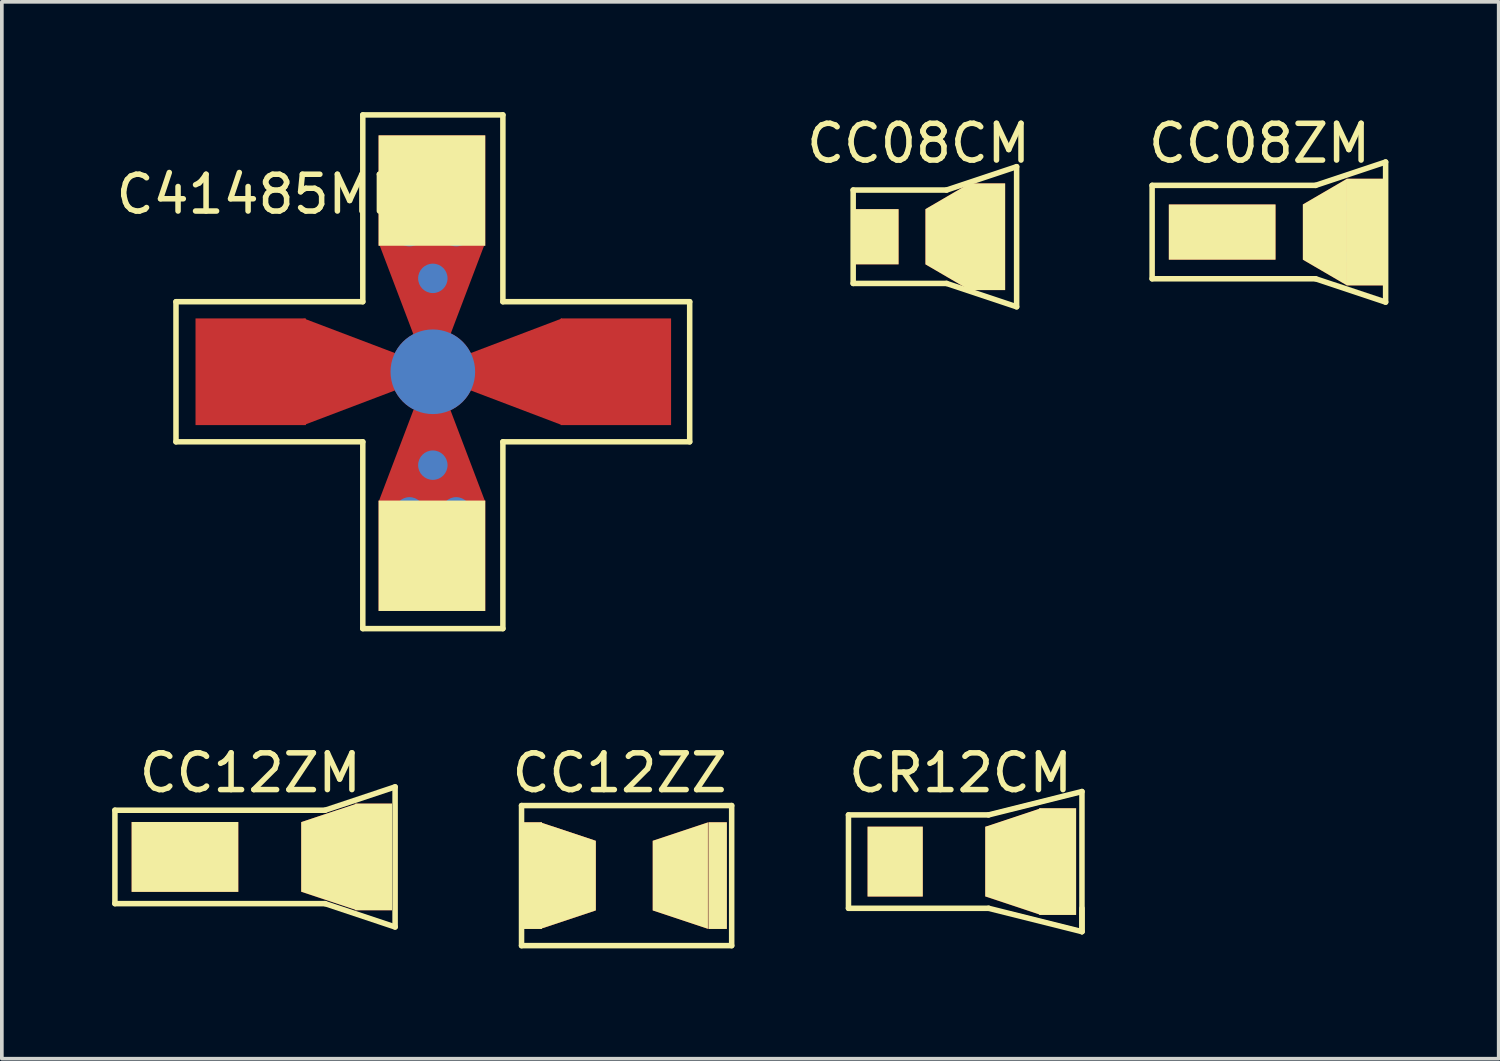
<source format=kicad_pcb>
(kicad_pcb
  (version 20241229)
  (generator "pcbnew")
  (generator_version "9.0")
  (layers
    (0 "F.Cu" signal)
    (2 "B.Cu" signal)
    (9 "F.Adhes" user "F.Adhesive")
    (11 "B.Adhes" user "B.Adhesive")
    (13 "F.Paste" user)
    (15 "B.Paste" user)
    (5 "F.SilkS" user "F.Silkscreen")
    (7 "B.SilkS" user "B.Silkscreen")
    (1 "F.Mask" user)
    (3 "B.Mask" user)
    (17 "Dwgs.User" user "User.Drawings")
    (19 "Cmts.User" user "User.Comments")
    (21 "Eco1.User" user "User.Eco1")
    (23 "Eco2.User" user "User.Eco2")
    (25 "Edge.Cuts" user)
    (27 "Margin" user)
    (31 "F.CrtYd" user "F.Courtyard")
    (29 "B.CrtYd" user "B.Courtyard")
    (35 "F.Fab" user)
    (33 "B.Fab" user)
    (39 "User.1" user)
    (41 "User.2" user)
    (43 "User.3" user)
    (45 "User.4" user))
  (footprint "CC12ZM"
    (layer "F.Cu")
    (at 4.52 20.254)
    (property "Reference" "CC12ZM" (at -0.762 -2.286 0) (layer "F.SilkS") (effects (font (size 1 1) (thickness 0.15))))
    (attr through_hole)
    (fp_line (start -4.445 -1.27) (end -4.445 1.27) (stroke (width 0.15) (type solid)) (layer "F.SilkS"))
    (fp_line (start -4.445 -1.27) (end 1.27 -1.27) (stroke (width 0.15) (type solid)) (layer "F.SilkS"))
    (fp_line (start -4.445 1.27) (end 1.27 1.27) (stroke (width 0.15) (type solid)) (layer "F.SilkS"))
    (fp_line (start 1.27 -1.27) (end 3.175 -1.905) (stroke (width 0.15) (type solid)) (layer "F.SilkS"))
    (fp_line (start 1.27 1.27) (end 3.175 1.905) (stroke (width 0.15) (type solid)) (layer "F.SilkS"))
    (fp_line (start 3.175 -1.905) (end 3.175 1.905) (stroke (width 0.15) (type solid)) (layer "F.SilkS"))
    (pad "1" smd rect (at -2.54 0) (size 2.901 1.9) (layers "F.Cu" "F.Mask" "F.SilkS" "F.Paste"))
    (pad "2" smd trapezoid (at 1.372 0) (size 1.501 2.393) (rect_delta -0.5 0) (layers "F.Cu" "F.Mask" "F.SilkS" "F.Paste"))
    (pad "2" smd rect (at 2.591 0) (size 1.001 2.901) (layers "F.Cu" "F.Mask" "F.SilkS" "F.Paste"))
    (pad "2" thru_hole circle (at 2.616 -0.711) (size 0.8 0.8) (drill 0.000001) (layers "*.Cu" "*.Mask"))
    (pad "2" thru_hole circle (at 2.616 0.686) (size 0.8 0.8) (drill 0.000001) (layers "*.Cu" "*.Mask")))
  (footprint "CC08CM"
    (layer "F.Cu")
    (at 22.057 3.388)
    (property "Reference" "CC08CM" (at -0.127 -2.54 0) (layer "F.SilkS") (effects (font (size 1 1) (thickness 0.15))))
    (attr through_hole)
    (fp_line (start -1.905 -1.27) (end -1.905 1.27) (stroke (width 0.15) (type solid)) (layer "F.SilkS"))
    (fp_line (start -1.905 1.27) (end 0.635 1.27) (stroke (width 0.15) (type solid)) (layer "F.SilkS"))
    (fp_line (start 0.635 -1.27) (end -1.905 -1.27) (stroke (width 0.15) (type solid)) (layer "F.SilkS"))
    (fp_line (start 0.635 1.27) (end 2.54 1.905) (stroke (width 0.15) (type solid)) (layer "F.SilkS"))
    (fp_line (start 2.54 -1.905) (end 0.635 -1.27) (stroke (width 0.15) (type solid)) (layer "F.SilkS"))
    (fp_line (start 2.54 1.905) (end 2.54 -1.905) (stroke (width 0.15) (type solid)) (layer "F.SilkS"))
    (pad "1" smd rect (at -1.27 0) (size 1.199 1.501) (layers "F.Cu" "F.Mask" "F.SilkS" "F.Paste"))
    (pad "2" smd trapezoid (at 0.66 0) (size 1.199 2.2) (rect_delta -0.699 0) (layers "F.Cu" "F.Mask" "F.SilkS" "F.Paste"))
    (pad "2" thru_hole circle (at 1.702 -0.737) (size 0.8 0.8) (drill 0.000001) (layers "*.Cu" "*.Mask"))
    (pad "2" thru_hole circle (at 1.702 0.686) (size 0.8 0.8) (drill 0.000001) (layers "*.Cu" "*.Mask"))
    (pad "2" smd rect (at 1.727 0) (size 1.001 2.901) (layers "F.Cu" "F.Mask" "F.SilkS" "F.Paste")))
  (footprint "CC12ZZ"
    (layer "F.Cu")
    (at 13.927 20.762)
    (property "Reference" "CC12ZZ" (at -0.127 -2.794 0) (layer "F.SilkS") (effects (font (size 1 1) (thickness 0.15))))
    (attr through_hole)
    (fp_line (start -2.794 -1.905) (end 2.921 -1.905) (stroke (width 0.15) (type solid)) (layer "F.SilkS"))
    (fp_line (start -2.794 1.905) (end -2.794 -1.905) (stroke (width 0.15) (type solid)) (layer "F.SilkS"))
    (fp_line (start 2.921 -1.905) (end 2.921 1.905) (stroke (width 0.15) (type solid)) (layer "F.SilkS"))
    (fp_line (start 2.921 1.905) (end -2.794 1.905) (stroke (width 0.15) (type solid)) (layer "F.SilkS"))
    (pad "1" smd rect (at -2.489 0) (size 0.5 2.901) (layers "F.Cu" "F.Mask" "F.SilkS" "F.Paste"))
    (pad "1" smd trapezoid (at -1.524 0) (size 1.501 2.393) (rect_delta 0.5 0) (layers "F.Cu" "F.Mask" "F.SilkS" "F.Paste"))
    (pad "2" smd trapezoid (at 1.524 0) (size 1.501 2.393) (rect_delta -0.5 0) (layers "F.Cu" "F.Mask" "F.SilkS" "F.Paste"))
    (pad "2" smd rect (at 2.54 0) (size 0.5 2.901) (layers "F.Cu" "F.Mask" "F.SilkS" "F.Paste")))
  (footprint "C41485MM"
    (layer "F.Cu")
    (at 8.721 7.06)
    (property "Reference" "C41485MM" (at -4.572 -4.826 0) (layer "F.SilkS") (effects (font (size 1 1) (thickness 0.15))))
    (attr through_hole)
    (fp_line (start -6.985 -1.905) (end -6.985 1.905) (stroke (width 0.15) (type solid)) (layer "F.SilkS"))
    (fp_line (start -6.985 1.905) (end -1.905 1.905) (stroke (width 0.15) (type solid)) (layer "F.SilkS"))
    (fp_line (start -1.905 -6.985) (end -1.905 -1.905) (stroke (width 0.15) (type solid)) (layer "F.SilkS"))
    (fp_line (start -1.905 -1.905) (end -6.985 -1.905) (stroke (width 0.15) (type solid)) (layer "F.SilkS"))
    (fp_line (start -1.905 1.905) (end -1.905 6.985) (stroke (width 0.15) (type solid)) (layer "F.SilkS"))
    (fp_line (start -1.905 6.985) (end 1.905 6.985) (stroke (width 0.15) (type solid)) (layer "F.SilkS"))
    (fp_line (start 1.905 -6.985) (end -1.905 -6.985) (stroke (width 0.15) (type solid)) (layer "F.SilkS"))
    (fp_line (start 1.905 -1.905) (end 1.905 -6.985) (stroke (width 0.15) (type solid)) (layer "F.SilkS"))
    (fp_line (start 1.905 1.905) (end 6.985 1.905) (stroke (width 0.15) (type solid)) (layer "F.SilkS"))
    (fp_line (start 1.905 6.985) (end 1.905 1.905) (stroke (width 0.15) (type solid)) (layer "F.SilkS"))
    (fp_line (start 6.985 -1.905) (end 1.905 -1.905) (stroke (width 0.15) (type solid)) (layer "F.SilkS"))
    (fp_line (start 6.985 1.905) (end 6.985 -1.905) (stroke (width 0.15) (type solid)) (layer "F.SilkS"))
    (pad "" thru_hole circle (at 0 0) (size 2.301 2.301) (drill 0.000001) (layers "*.Cu" "*.Mask"))
    (pad "1" smd rect (at -4.953 0) (size 3.002 2.901) (layers "F.Cu" "F.Mask" "F.Paste" "In14.Cu"))
    (pad "1" smd trapezoid (at -2.261 0) (size 2.502 1.951) (rect_delta 0.95 0) (layers "F.Cu" "F.Mask" "F.Paste" "In14.Cu"))
    (pad "2" thru_hole circle (at -0.635 3.81) (size 0.8 0.8) (drill 0.000001) (layers "*.Cu" "*.Mask"))
    (pad "2" smd trapezoid (at -0.025 2.286) (size 1.951 2.502) (rect_delta 0 0.95) (layers "F.Cu" "F.Mask" "F.Paste" "In14.Cu"))
    (pad "2" smd rect (at -0.025 5.004) (size 2.901 3.002) (layers "F.Cu" "F.Mask" "F.SilkS" "F.Paste" "In10.Cu" "In13.Cu" "In14.Cu"))
    (pad "2" thru_hole circle (at 0 2.54) (size 0.8 0.8) (drill 0.000001) (layers "*.Cu" "*.Mask"))
    (pad "2" thru_hole circle (at 0.635 3.81) (size 0.8 0.8) (drill 0.000001) (layers "*.Cu" "*.Mask"))
    (pad "3" smd trapezoid (at 2.261 0) (size 2.502 1.951) (rect_delta -0.95 0) (layers "F.Cu" "F.Mask" "F.Paste" "In14.Cu"))
    (pad "3" smd rect (at 4.978 0) (size 3.002 2.901) (layers "F.Cu" "F.Mask" "F.Paste" "In14.Cu"))
    (pad "4" thru_hole circle (at -0.635 -3.81) (size 0.8 0.8) (drill 0.000001) (layers "*.Cu" "*.Mask"))
    (pad "4" smd rect (at -0.025 -4.928) (size 2.901 3.002) (layers "F.Cu" "F.Mask" "F.SilkS" "F.Paste" "In10.Cu" "In13.Cu" "In14.Cu"))
    (pad "4" smd trapezoid (at -0.025 -2.261) (size 1.951 2.502) (rect_delta 0 -0.95) (layers "F.Cu" "F.Mask" "F.Paste" "In14.Cu"))
    (pad "4" thru_hole circle (at 0 -2.54) (size 0.8 0.8) (drill 0.000001) (layers "*.Cu" "*.Mask"))
    (pad "4" thru_hole circle (at 0.635 -3.81) (size 0.8 0.8) (drill 0.000001) (layers "*.Cu" "*.Mask")))
  (footprint "CC08ZM"
    (layer "F.Cu")
    (at 32.727 3.261)
    (property "Reference" "CC08ZM" (at -1.524 -2.413 0) (layer "F.SilkS") (effects (font (size 1 1) (thickness 0.15))))
    (attr through_hole)
    (fp_line (start -4.445 -1.27) (end -4.445 1.27) (stroke (width 0.15) (type solid)) (layer "F.SilkS"))
    (fp_line (start -4.445 -1.27) (end 0 -1.27) (stroke (width 0.15) (type solid)) (layer "F.SilkS"))
    (fp_line (start -4.445 1.27) (end 0 1.27) (stroke (width 0.15) (type solid)) (layer "F.SilkS"))
    (fp_line (start 0 -1.27) (end 1.905 -1.905) (stroke (width 0.15) (type solid)) (layer "F.SilkS"))
    (fp_line (start 1.905 -1.905) (end 1.905 1.905) (stroke (width 0.15) (type solid)) (layer "F.SilkS"))
    (fp_line (start 1.905 1.905) (end 0 1.27) (stroke (width 0.15) (type solid)) (layer "F.SilkS"))
    (pad "1" smd rect (at -2.54 0) (size 2.901 1.501) (layers "F.Cu" "F.Mask" "F.SilkS" "F.Paste"))
    (pad "2" smd trapezoid (at 0.254 0) (size 1.199 2.2) (rect_delta -0.699 0) (layers "F.Cu" "F.Mask" "F.SilkS" "F.Paste"))
    (pad "2" thru_hole circle (at 1.219 -0.711) (size 0.8 0.8) (drill 0.000001) (layers "*.Cu" "*.Mask"))
    (pad "2" thru_hole circle (at 1.219 0.686) (size 0.8 0.8) (drill 0.000001) (layers "*.Cu" "*.Mask"))
    (pad "2" smd rect (at 1.346 0) (size 1.001 2.901) (layers "F.Cu" "F.Mask" "F.SilkS" "F.Paste")))
  (footprint "CR12CM"
    (layer "F.Cu")
    (at 22.564 20.381)
    (property "Reference" "CR12CM" (at 0.508 -2.413 0) (layer "F.SilkS") (effects (font (size 1 1) (thickness 0.15))))
    (attr through_hole)
    (fp_line (start -2.54 -1.27) (end 1.27 -1.27) (stroke (width 0.15) (type solid)) (layer "F.SilkS"))
    (fp_line (start -2.54 1.27) (end -2.54 -1.27) (stroke (width 0.15) (type solid)) (layer "F.SilkS"))
    (fp_line (start -2.54 1.27) (end 1.27 1.27) (stroke (width 0.15) (type solid)) (layer "F.SilkS"))
    (fp_line (start 1.27 -1.27) (end 3.81 -1.905) (stroke (width 0.15) (type solid)) (layer "F.SilkS"))
    (fp_line (start 1.27 1.27) (end 3.81 1.905) (stroke (width 0.15) (type solid)) (layer "F.SilkS"))
    (fp_line (start 3.175 -1.27) (end 3.175 1.27) (stroke (width 0.15) (type solid)) (layer "F.SilkS"))
    (fp_line (start 3.81 -1.905) (end 3.81 1.905) (stroke (width 0.15) (type solid)) (layer "F.SilkS"))
    (fp_line (start 3.81 1.905) (end 3.81 1.27) (stroke (width 0.15) (type solid)) (layer "F.SilkS"))
    (pad "1" smd rect (at -1.27 0) (size 1.501 1.9) (layers "F.Cu" "F.Mask" "F.SilkS" "F.Paste"))
    (pad "2" smd trapezoid (at 1.93 0) (size 1.501 2.393) (rect_delta -0.5 0) (layers "F.Cu" "F.Mask" "F.SilkS" "F.Paste"))
    (pad "2" thru_hole circle (at 3.073 -0.711) (size 0.8 0.8) (drill 0.000001) (layers "*.Cu" "*.Mask"))
    (pad "2" thru_hole circle (at 3.073 0.686) (size 0.8 0.8) (drill 0.000001) (layers "*.Cu" "*.Mask"))
    (pad "2" smd rect (at 3.15 0) (size 1.001 2.901) (layers "F.Cu" "F.Mask" "F.SilkS" "F.Paste")))
  (gr_rect
    (start -3 -3)
    (end 37.707 25.742)
    (stroke (width 0.1) (type default))
    (fill no)
    (layer "Edge.Cuts")))
</source>
